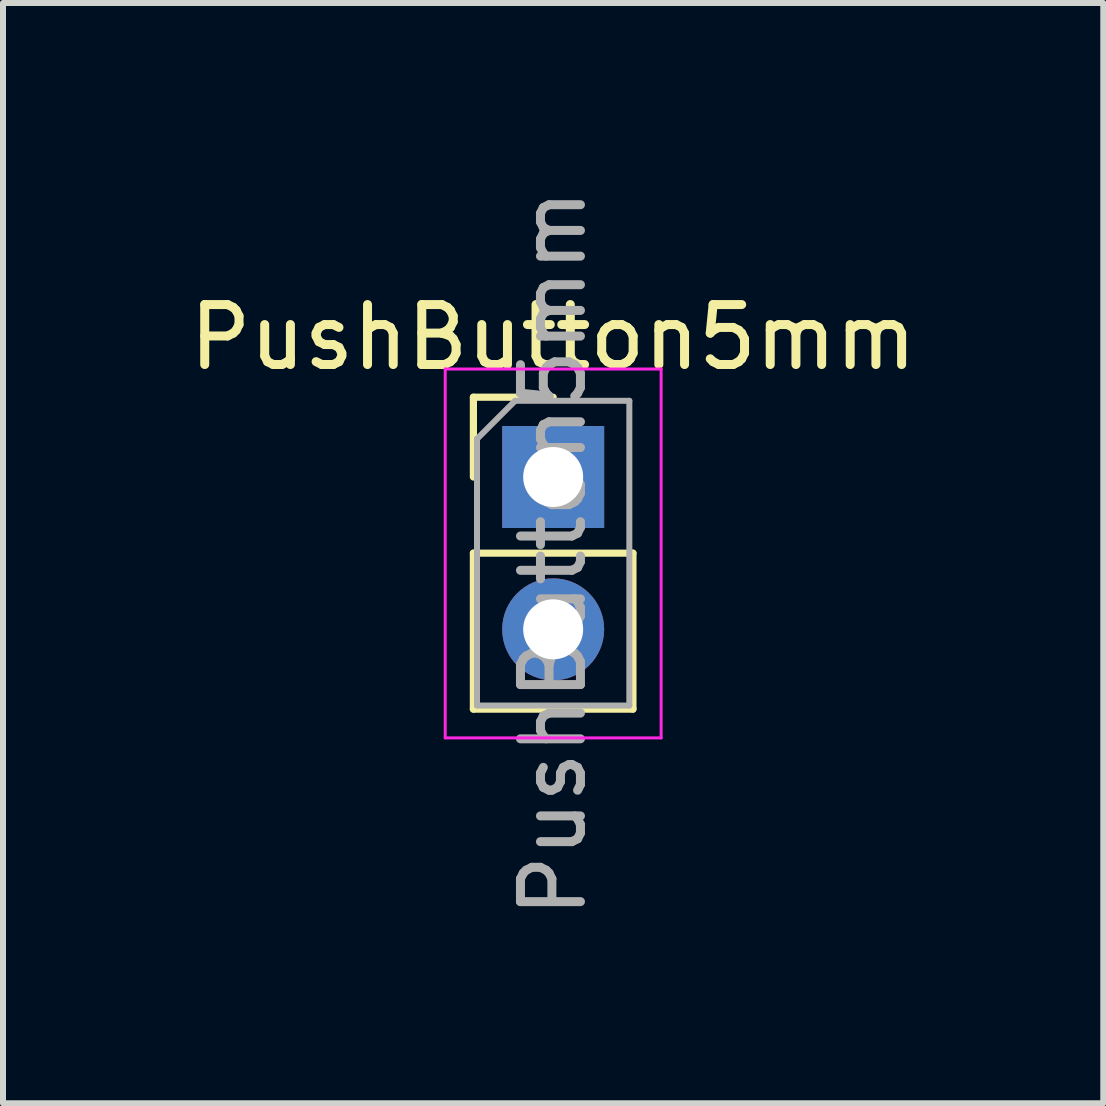
<source format=kicad_pcb>
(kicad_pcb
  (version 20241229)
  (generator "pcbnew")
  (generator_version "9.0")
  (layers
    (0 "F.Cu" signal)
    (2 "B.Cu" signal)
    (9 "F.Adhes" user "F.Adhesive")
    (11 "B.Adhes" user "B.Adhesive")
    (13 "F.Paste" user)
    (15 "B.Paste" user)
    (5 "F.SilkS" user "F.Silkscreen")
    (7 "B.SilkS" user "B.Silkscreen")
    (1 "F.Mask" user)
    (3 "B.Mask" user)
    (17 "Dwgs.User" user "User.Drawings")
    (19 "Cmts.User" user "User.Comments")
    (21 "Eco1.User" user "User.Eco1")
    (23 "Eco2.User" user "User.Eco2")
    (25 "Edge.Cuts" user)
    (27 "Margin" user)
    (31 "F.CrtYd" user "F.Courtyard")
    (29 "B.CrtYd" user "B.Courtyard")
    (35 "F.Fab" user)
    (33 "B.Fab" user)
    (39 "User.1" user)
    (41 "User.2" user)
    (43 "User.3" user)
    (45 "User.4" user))
  (footprint "PushButton5mm"
    (layer "F.Cu")
    (at 6.173 4.903)
    (property "Reference" "PushButton5mm" (at 0 -2.33 0) (layer "F.SilkS") (effects (font (size 1 1) (thickness 0.15))))
    (attr through_hole)
    (fp_line (start -1.33 -1.33) (end 0 -1.33) (stroke (width 0.12) (type solid)) (layer "F.SilkS"))
    (fp_line (start -1.33 0) (end -1.33 -1.33) (stroke (width 0.12) (type solid)) (layer "F.SilkS"))
    (fp_line (start -1.33 1.27) (end -1.33 3.87) (stroke (width 0.12) (type solid)) (layer "F.SilkS"))
    (fp_line (start -1.33 1.27) (end 1.33 1.27) (stroke (width 0.12) (type solid)) (layer "F.SilkS"))
    (fp_line (start -1.33 3.87) (end 1.33 3.87) (stroke (width 0.12) (type solid)) (layer "F.SilkS"))
    (fp_line (start 1.33 1.27) (end 1.33 3.87) (stroke (width 0.12) (type solid)) (layer "F.SilkS"))
    (fp_line (start -1.8 -1.8) (end -1.8 4.35) (stroke (width 0.05) (type solid)) (layer "F.CrtYd"))
    (fp_line (start -1.8 4.35) (end 1.8 4.35) (stroke (width 0.05) (type solid)) (layer "F.CrtYd"))
    (fp_line (start 1.8 -1.8) (end -1.8 -1.8) (stroke (width 0.05) (type solid)) (layer "F.CrtYd"))
    (fp_line (start 1.8 4.35) (end 1.8 -1.8) (stroke (width 0.05) (type solid)) (layer "F.CrtYd"))
    (fp_line (start -1.27 -0.635) (end -0.635 -1.27) (stroke (width 0.1) (type solid)) (layer "F.Fab"))
    (fp_line (start -1.27 3.81) (end -1.27 -0.635) (stroke (width 0.1) (type solid)) (layer "F.Fab"))
    (fp_line (start -0.635 -1.27) (end 1.27 -1.27) (stroke (width 0.1) (type solid)) (layer "F.Fab"))
    (fp_line (start 1.27 -1.27) (end 1.27 3.81) (stroke (width 0.1) (type solid)) (layer "F.Fab"))
    (fp_line (start 1.27 3.81) (end -1.27 3.81) (stroke (width 0.1) (type solid)) (layer "F.Fab"))
    (fp_text user "${REFERENCE}" (at 0 1.27 90) (layer "F.Fab") (effects (font (size 1 1) (thickness 0.15))))
    (pad "1" thru_hole rect (at 0 0) (size 1.7 1.7) (drill 1) (layers "*.Cu" "*.Mask"))
    (pad "2" thru_hole oval (at 0 2.54) (size 1.7 1.7) (drill 1) (layers "*.Cu" "*.Mask")))
  (gr_rect
    (start -3 -3)
    (end 15.345 15.345)
    (stroke (width 0.1) (type default))
    (fill no)
    (layer "Edge.Cuts")))
</source>
